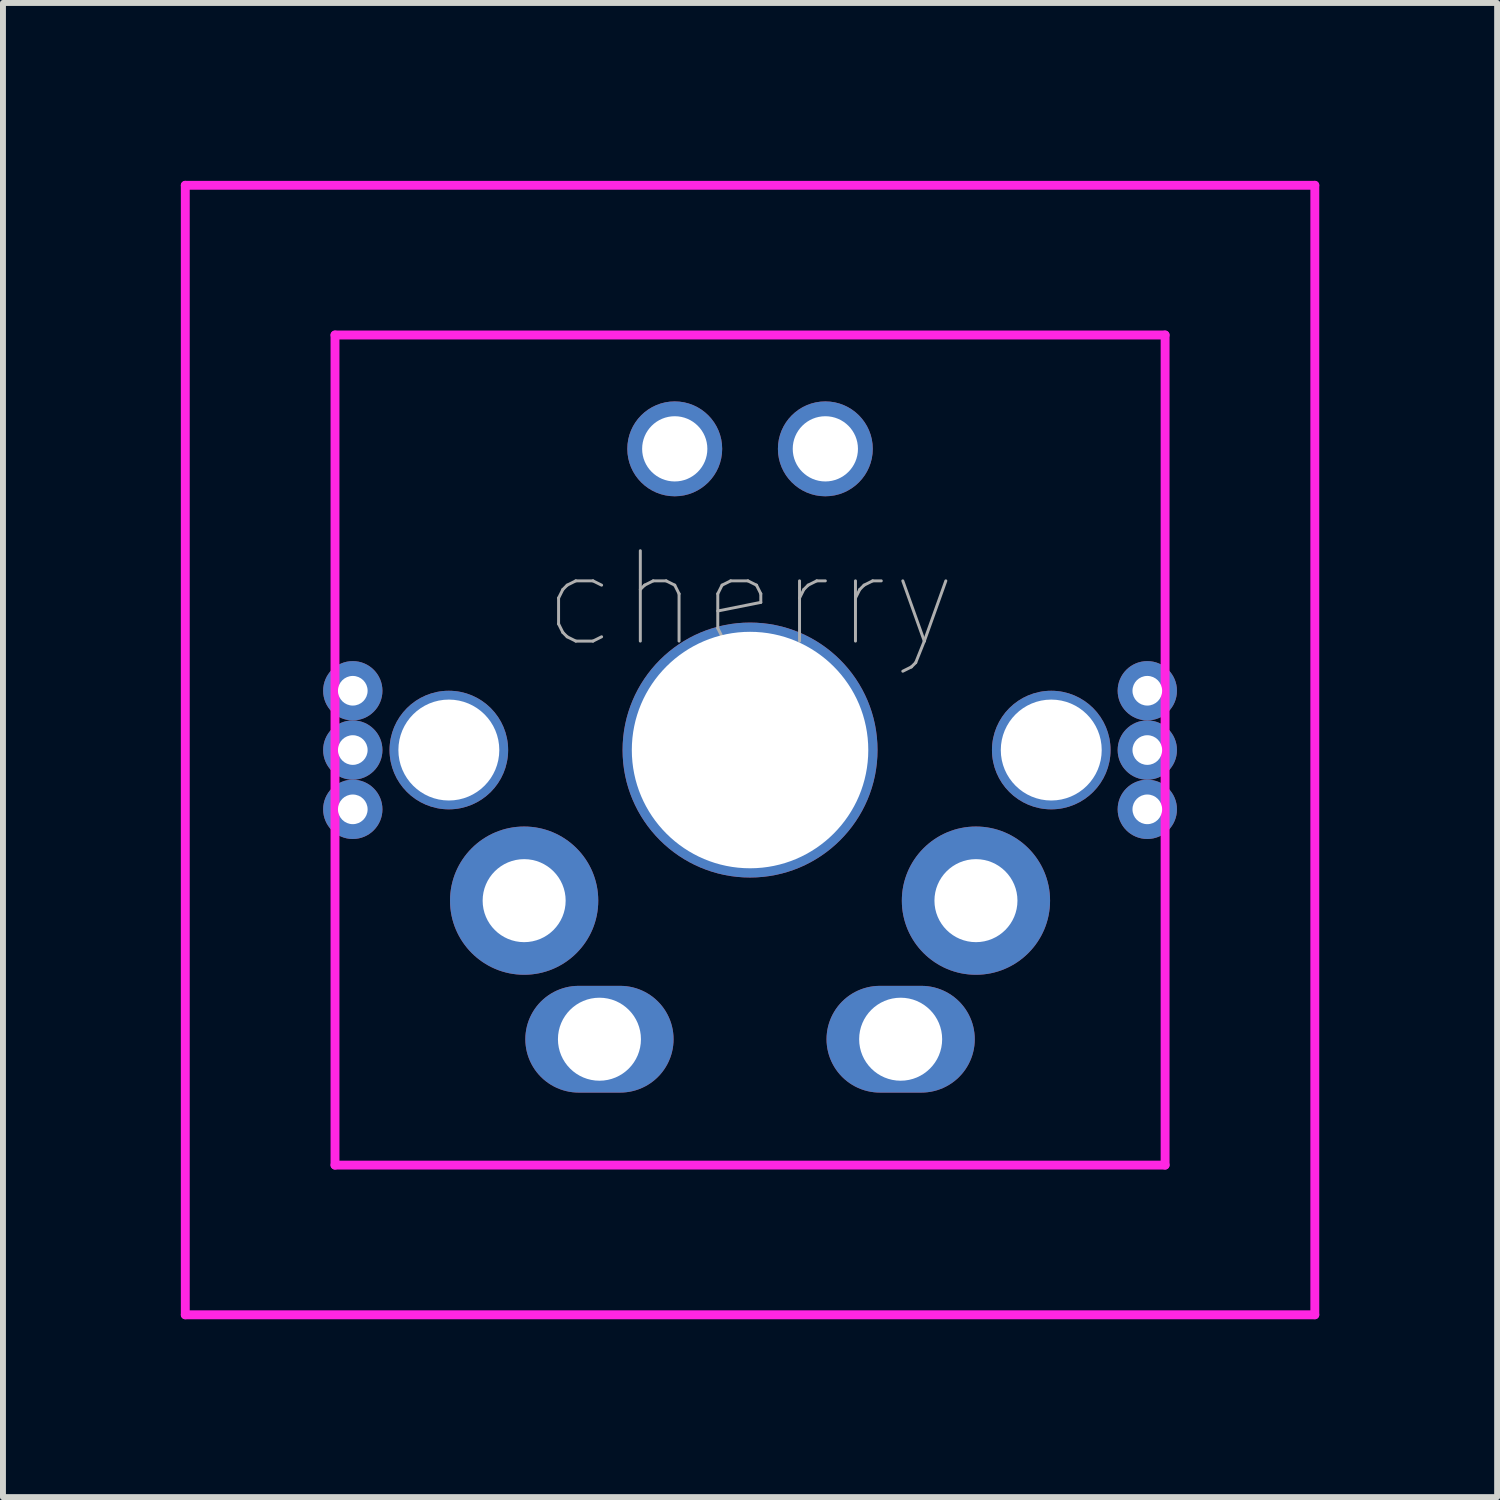
<source format=kicad_pcb>
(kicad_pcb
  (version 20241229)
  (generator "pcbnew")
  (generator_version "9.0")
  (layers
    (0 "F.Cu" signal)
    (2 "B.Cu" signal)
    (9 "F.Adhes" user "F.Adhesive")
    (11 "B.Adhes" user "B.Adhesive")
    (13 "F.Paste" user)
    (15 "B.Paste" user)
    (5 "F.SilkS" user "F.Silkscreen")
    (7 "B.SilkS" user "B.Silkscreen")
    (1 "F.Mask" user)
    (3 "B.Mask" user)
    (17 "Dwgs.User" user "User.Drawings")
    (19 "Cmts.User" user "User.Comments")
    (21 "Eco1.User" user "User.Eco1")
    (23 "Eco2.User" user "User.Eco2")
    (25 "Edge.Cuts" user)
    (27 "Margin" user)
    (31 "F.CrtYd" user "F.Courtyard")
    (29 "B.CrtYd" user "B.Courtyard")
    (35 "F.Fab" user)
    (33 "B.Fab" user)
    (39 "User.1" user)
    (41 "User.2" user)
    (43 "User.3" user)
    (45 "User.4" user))
  (footprint "cherry"
    (layer "F.Cu")
    (at 9.6 9.6)
    (property "Reference" "cherry" (at 0 -2.54 0) (layer "F.Fab") (effects (font (size 1.524 1.524) (thickness 0.05))))
    (attr through_hole)
    (fp_line (start -9.525 -9.525) (end 9.525 -9.525) (stroke (width 0.15) (type solid)) (layer "F.CrtYd"))
    (fp_line (start -9.525 9.525) (end -9.525 -9.525) (stroke (width 0.15) (type solid)) (layer "F.CrtYd"))
    (fp_line (start -7 -7) (end -7 7) (stroke (width 0.15) (type solid)) (layer "F.CrtYd"))
    (fp_line (start -7 7) (end 7 7) (stroke (width 0.15) (type solid)) (layer "F.CrtYd"))
    (fp_line (start 7 -7) (end -7 -7) (stroke (width 0.15) (type solid)) (layer "F.CrtYd"))
    (fp_line (start 7 7) (end 7 -7) (stroke (width 0.15) (type solid)) (layer "F.CrtYd"))
    (fp_line (start 9.525 -9.525) (end 9.525 9.525) (stroke (width 0.15) (type solid)) (layer "F.CrtYd"))
    (fp_line (start 9.525 9.525) (end -9.525 9.525) (stroke (width 0.15) (type solid)) (layer "F.CrtYd"))
    (pad "0" thru_hole circle (at -1.27 -5.08) (size 1.6 1.6) (drill 1.1) (layers "*.Cu" "*.Paste" "*.Mask"))
    (pad "0" thru_hole circle (at 0 0) (size 4.3 4.3) (drill 3.988) (layers "*.Cu" "*.Paste" "*.Mask"))
    (pad "0" thru_hole circle (at 1.27 -5.08) (size 1.6 1.6) (drill 1.1) (layers "*.Cu" "*.Paste" "*.Mask"))
    (pad "1" thru_hole circle (at -6.7 -1) (size 1 1) (drill 0.5) (layers "*.Cu" "*.Paste" "*.Mask"))
    (pad "1" thru_hole circle (at -6.7 0) (size 1 1) (drill 0.5) (layers "*.Cu" "*.Paste" "*.Mask"))
    (pad "1" thru_hole circle (at -6.7 1) (size 1 1) (drill 0.5) (layers "*.Cu" "*.Paste" "*.Mask"))
    (pad "1" thru_hole circle (at -5.08 0) (size 2 2) (drill 1.702) (layers "*.Cu" "*.Paste" "*.Mask"))
    (pad "1" thru_hole circle (at -3.81 2.54) (size 2.5 2.5) (drill 1.4) (layers "*.Cu" "*.Paste" "*.Mask"))
    (pad "1" thru_hole oval (at -2.54 4.877) (size 2.5 1.8) (drill 1.4) (layers "*.Cu" "*.Paste" "*.Mask"))
    (pad "2" thru_hole oval (at 2.54 4.877) (size 2.5 1.8) (drill 1.4) (layers "*.Cu" "*.Paste" "*.Mask"))
    (pad "2" thru_hole circle (at 3.81 2.54) (size 2.5 2.5) (drill 1.4) (layers "*.Cu" "*.Paste" "*.Mask"))
    (pad "2" thru_hole circle (at 5.08 0) (size 2 2) (drill 1.702) (layers "*.Cu" "*.Paste" "*.Mask"))
    (pad "2" thru_hole circle (at 6.7 -1 180) (size 1 1) (drill 0.5) (layers "*.Cu" "*.Paste" "*.Mask"))
    (pad "2" thru_hole circle (at 6.7 0 180) (size 1 1) (drill 0.5) (layers "*.Cu" "*.Paste" "*.Mask"))
    (pad "2" thru_hole circle (at 6.7 1 180) (size 1 1) (drill 0.5) (layers "*.Cu" "*.Paste" "*.Mask")))
  (gr_rect
    (start -3 -3)
    (end 22.2 22.2)
    (stroke (width 0.1) (type default))
    (fill no)
    (layer "Edge.Cuts")))
</source>
